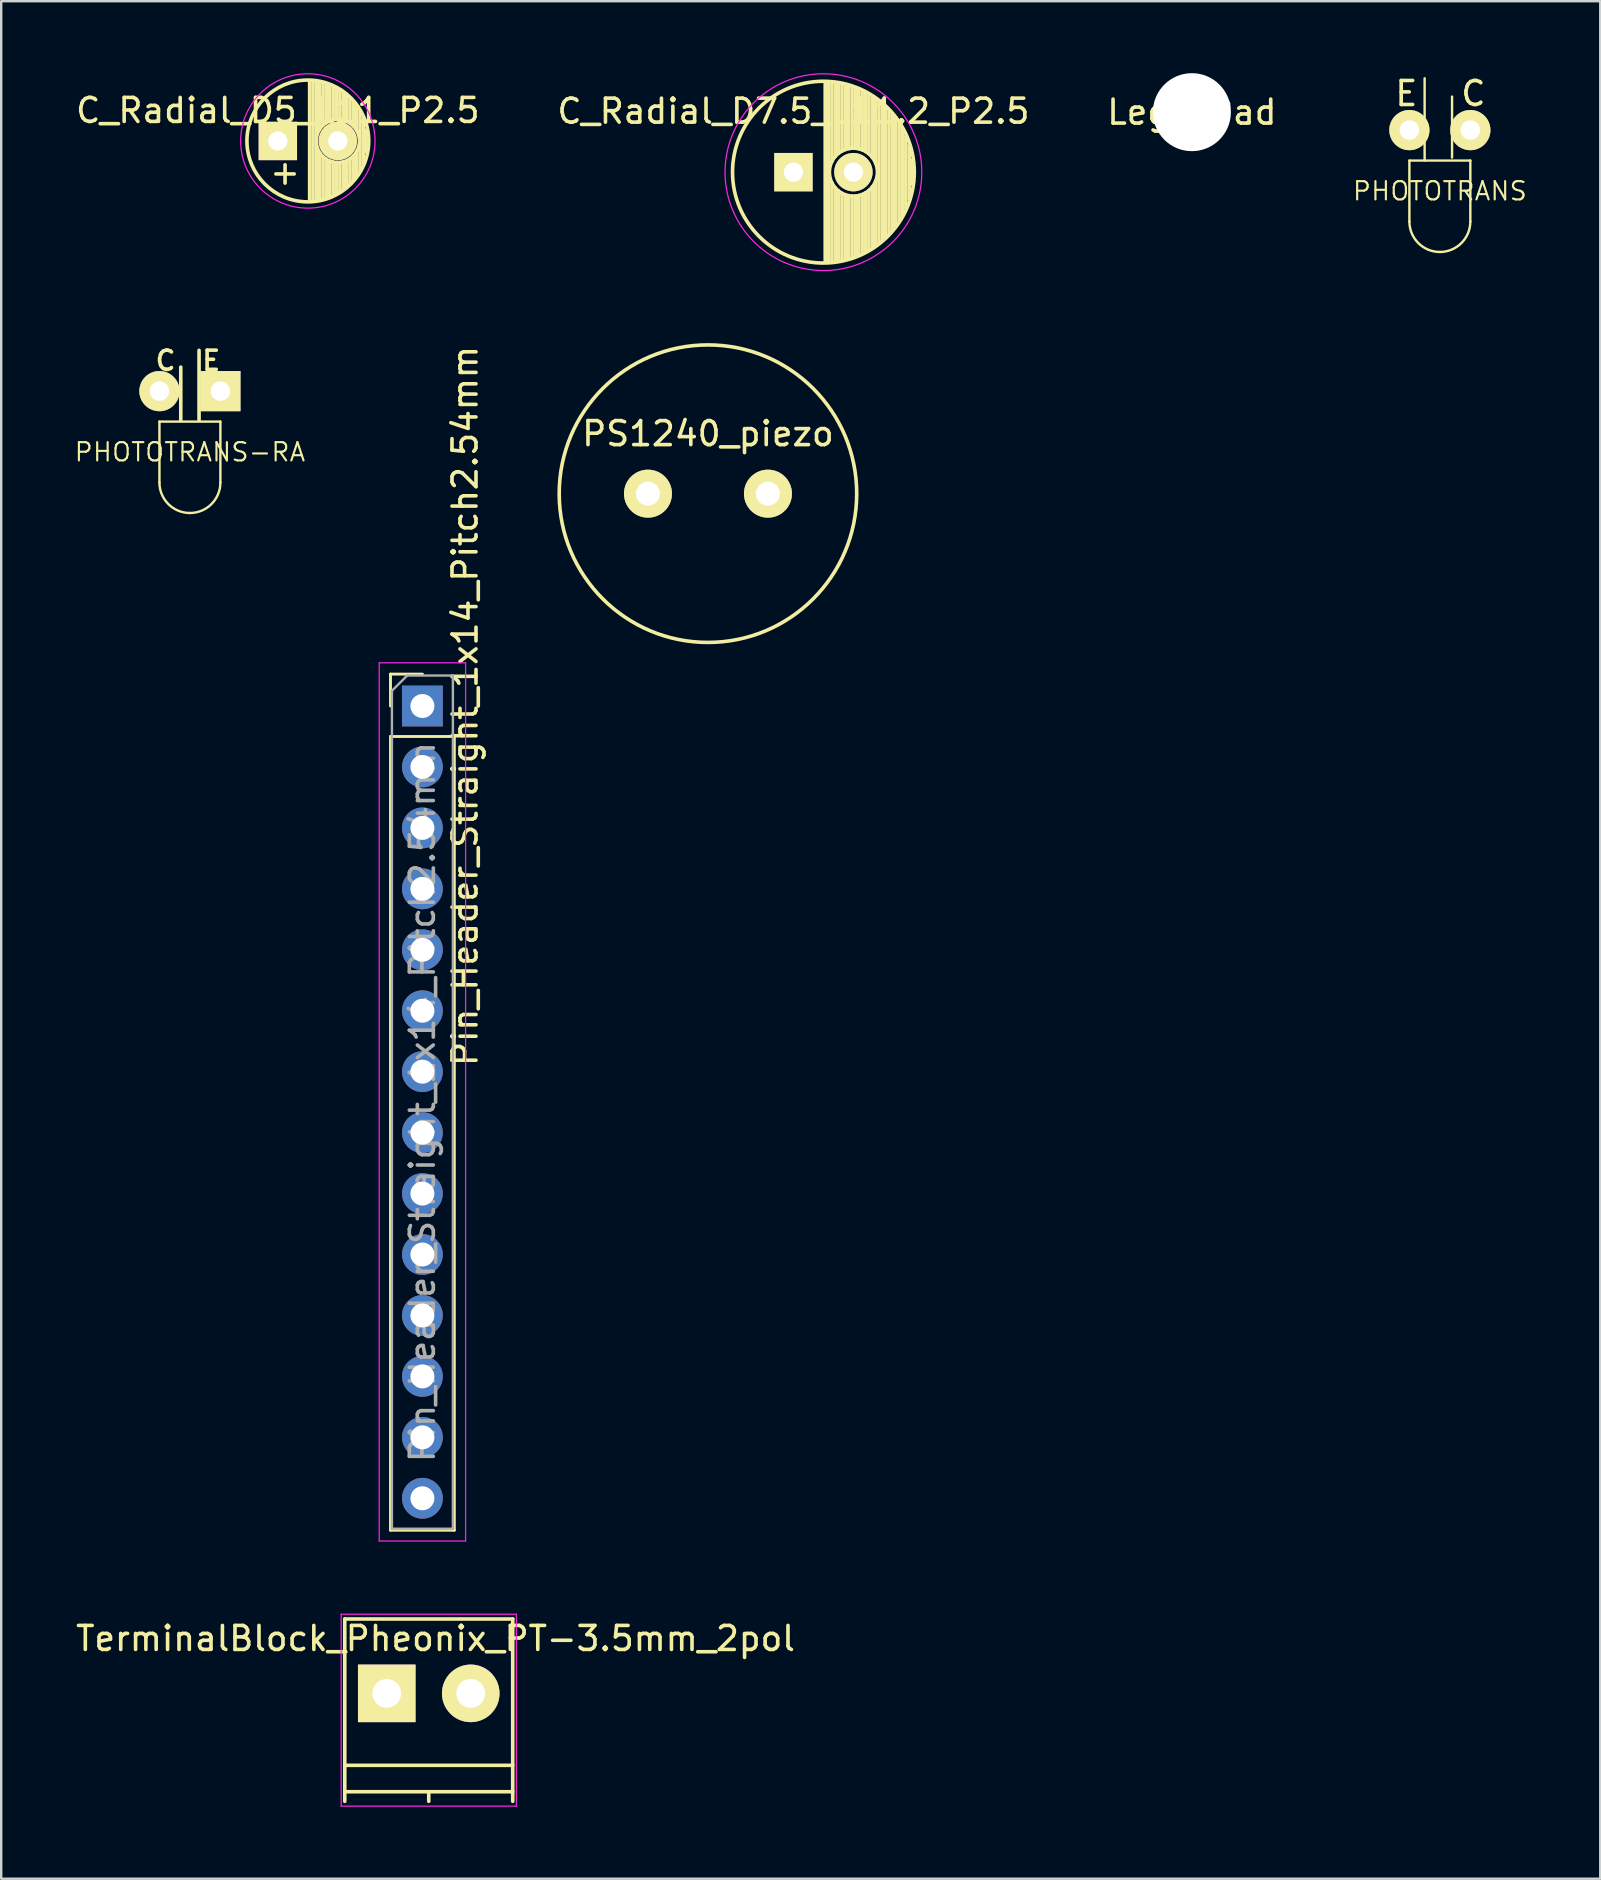
<source format=kicad_pcb>
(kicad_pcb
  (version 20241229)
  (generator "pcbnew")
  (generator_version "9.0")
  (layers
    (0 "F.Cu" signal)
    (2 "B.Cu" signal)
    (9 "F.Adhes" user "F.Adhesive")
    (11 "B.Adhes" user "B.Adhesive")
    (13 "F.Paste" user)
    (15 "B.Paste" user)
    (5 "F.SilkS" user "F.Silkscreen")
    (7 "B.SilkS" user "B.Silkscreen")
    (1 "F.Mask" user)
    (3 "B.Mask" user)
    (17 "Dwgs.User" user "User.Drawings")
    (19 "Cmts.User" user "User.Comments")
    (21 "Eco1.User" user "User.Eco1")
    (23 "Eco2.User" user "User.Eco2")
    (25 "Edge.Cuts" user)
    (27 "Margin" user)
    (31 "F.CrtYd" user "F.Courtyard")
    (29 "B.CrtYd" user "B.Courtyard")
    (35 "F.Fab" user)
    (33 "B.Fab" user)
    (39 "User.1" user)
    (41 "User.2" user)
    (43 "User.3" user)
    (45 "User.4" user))
  (footprint "PS1240_piezo"
    (layer "F.Cu")
    (at 26.456 17.525)
    (property "Reference" "PS1240_piezo" (at 0 -2.5 0) (layer "F.SilkS") (effects (font (size 1 1) (thickness 0.15))))
    (attr through_hole)
    (fp_circle (center 0 0) (end 6.2 0) (stroke (width 0.15) (type solid)) (fill no) (layer "F.SilkS"))
    (pad "1" thru_hole circle (at -2.5 0) (size 2 2) (drill 1.001) (layers "*.Cu" "*.Mask" "F.SilkS"))
    (pad "2" thru_hole circle (at 2.5 0) (size 2 2) (drill 1.001) (layers "*.Cu" "*.Mask" "F.SilkS")))
  (footprint "C_Radial_D5_L11_P2.5"
    (layer "F.Cu")
    (at 8.53 2.825)
    (property "Reference" "C_Radial_D5_L11_P2.5" (at 0 -1.27 0) (layer "F.SilkS") (effects (font (size 1 1) (thickness 0.15))))
    (attr through_hole)
    (fp_line (start 1.325 -2.499) (end 1.325 2.499) (stroke (width 0.15) (type solid)) (layer "F.SilkS"))
    (fp_line (start 1.465 -2.491) (end 1.465 2.491) (stroke (width 0.15) (type solid)) (layer "F.SilkS"))
    (fp_line (start 1.605 -2.475) (end 1.605 -0.095) (stroke (width 0.15) (type solid)) (layer "F.SilkS"))
    (fp_line (start 1.605 0.095) (end 1.605 2.475) (stroke (width 0.15) (type solid)) (layer "F.SilkS"))
    (fp_line (start 1.745 -2.451) (end 1.745 -0.49) (stroke (width 0.15) (type solid)) (layer "F.SilkS"))
    (fp_line (start 1.745 0.49) (end 1.745 2.451) (stroke (width 0.15) (type solid)) (layer "F.SilkS"))
    (fp_line (start 1.885 -2.418) (end 1.885 -0.657) (stroke (width 0.15) (type solid)) (layer "F.SilkS"))
    (fp_line (start 1.885 0.657) (end 1.885 2.418) (stroke (width 0.15) (type solid)) (layer "F.SilkS"))
    (fp_line (start 2.025 -2.377) (end 2.025 -0.764) (stroke (width 0.15) (type solid)) (layer "F.SilkS"))
    (fp_line (start 2.025 0.764) (end 2.025 2.377) (stroke (width 0.15) (type solid)) (layer "F.SilkS"))
    (fp_line (start 2.165 -2.327) (end 2.165 -0.835) (stroke (width 0.15) (type solid)) (layer "F.SilkS"))
    (fp_line (start 2.165 0.835) (end 2.165 2.327) (stroke (width 0.15) (type solid)) (layer "F.SilkS"))
    (fp_line (start 2.305 -2.266) (end 2.305 -0.879) (stroke (width 0.15) (type solid)) (layer "F.SilkS"))
    (fp_line (start 2.305 0.879) (end 2.305 2.266) (stroke (width 0.15) (type solid)) (layer "F.SilkS"))
    (fp_line (start 2.445 -2.196) (end 2.445 -0.898) (stroke (width 0.15) (type solid)) (layer "F.SilkS"))
    (fp_line (start 2.445 0.898) (end 2.445 2.196) (stroke (width 0.15) (type solid)) (layer "F.SilkS"))
    (fp_line (start 2.585 -2.114) (end 2.585 -0.896) (stroke (width 0.15) (type solid)) (layer "F.SilkS"))
    (fp_line (start 2.585 0.896) (end 2.585 2.114) (stroke (width 0.15) (type solid)) (layer "F.SilkS"))
    (fp_line (start 2.725 -2.019) (end 2.725 -0.871) (stroke (width 0.15) (type solid)) (layer "F.SilkS"))
    (fp_line (start 2.725 0.871) (end 2.725 2.019) (stroke (width 0.15) (type solid)) (layer "F.SilkS"))
    (fp_line (start 2.865 -1.908) (end 2.865 -0.823) (stroke (width 0.15) (type solid)) (layer "F.SilkS"))
    (fp_line (start 2.865 0.823) (end 2.865 1.908) (stroke (width 0.15) (type solid)) (layer "F.SilkS"))
    (fp_line (start 3.005 -1.78) (end 3.005 -0.745) (stroke (width 0.15) (type solid)) (layer "F.SilkS"))
    (fp_line (start 3.005 0.745) (end 3.005 1.78) (stroke (width 0.15) (type solid)) (layer "F.SilkS"))
    (fp_line (start 3.145 -1.631) (end 3.145 -0.628) (stroke (width 0.15) (type solid)) (layer "F.SilkS"))
    (fp_line (start 3.145 0.628) (end 3.145 1.631) (stroke (width 0.15) (type solid)) (layer "F.SilkS"))
    (fp_line (start 3.285 -1.452) (end 3.285 -0.44) (stroke (width 0.15) (type solid)) (layer "F.SilkS"))
    (fp_line (start 3.285 0.44) (end 3.285 1.452) (stroke (width 0.15) (type solid)) (layer "F.SilkS"))
    (fp_line (start 3.425 -1.233) (end 3.425 1.233) (stroke (width 0.15) (type solid)) (layer "F.SilkS"))
    (fp_line (start 3.565 -0.944) (end 3.565 0.944) (stroke (width 0.15) (type solid)) (layer "F.SilkS"))
    (fp_line (start 3.705 -0.472) (end 3.705 0.472) (stroke (width 0.15) (type solid)) (layer "F.SilkS"))
    (fp_circle (center 1.25 0) (end 1.25 -2.538) (stroke (width 0.15) (type solid)) (fill no) (layer "F.SilkS"))
    (fp_circle (center 2.5 0) (end 2.5 -0.9) (stroke (width 0.15) (type solid)) (fill no) (layer "F.SilkS"))
    (fp_circle (center 1.25 0) (end 1.25 -2.8) (stroke (width 0.05) (type solid)) (fill no) (layer "F.CrtYd"))
    (fp_text user "+" (at 0.3 1.3 0) (layer "F.SilkS") (effects (font (size 1 1) (thickness 0.15))))
    (pad "1" thru_hole rect (at 0 0) (size 1.6 1.6) (drill 0.8) (layers "*.Cu" "*.Mask" "F.SilkS"))
    (pad "2" thru_hole circle (at 2.5 0) (size 1.6 1.6) (drill 0.8) (layers "*.Cu" "*.Mask" "F.SilkS")))
  (footprint "Pin_Header_Straight_1x14_Pitch2.54mm"
    (layer "F.Cu")
    (at 14.555 26.375)
    (property "Reference" "Pin_Header_Straight_1x14_Pitch2.54mm" (at 1.778 0 90) (layer "F.SilkS") (effects (font (size 1 1) (thickness 0.15))))
    (attr through_hole)
    (fp_line (start -1.33 -1.33) (end 0 -1.33) (stroke (width 0.12) (type solid)) (layer "F.SilkS"))
    (fp_line (start -1.33 0) (end -1.33 -1.33) (stroke (width 0.12) (type solid)) (layer "F.SilkS"))
    (fp_line (start -1.33 1.27) (end -1.33 34.35) (stroke (width 0.12) (type solid)) (layer "F.SilkS"))
    (fp_line (start -1.33 1.27) (end 1.33 1.27) (stroke (width 0.12) (type solid)) (layer "F.SilkS"))
    (fp_line (start -1.33 34.35) (end 1.33 34.35) (stroke (width 0.12) (type solid)) (layer "F.SilkS"))
    (fp_line (start 1.33 1.27) (end 1.33 34.35) (stroke (width 0.12) (type solid)) (layer "F.SilkS"))
    (fp_line (start -1.8 -1.8) (end -1.8 34.8) (stroke (width 0.05) (type solid)) (layer "F.CrtYd"))
    (fp_line (start -1.8 34.8) (end 1.8 34.8) (stroke (width 0.05) (type solid)) (layer "F.CrtYd"))
    (fp_line (start 1.8 -1.8) (end -1.8 -1.8) (stroke (width 0.05) (type solid)) (layer "F.CrtYd"))
    (fp_line (start 1.8 34.8) (end 1.8 -1.8) (stroke (width 0.05) (type solid)) (layer "F.CrtYd"))
    (fp_line (start -1.27 -0.635) (end -0.635 -1.27) (stroke (width 0.1) (type solid)) (layer "F.Fab"))
    (fp_line (start -1.27 34.29) (end -1.27 -0.635) (stroke (width 0.1) (type solid)) (layer "F.Fab"))
    (fp_line (start -0.635 -1.27) (end 1.27 -1.27) (stroke (width 0.1) (type solid)) (layer "F.Fab"))
    (fp_line (start 1.27 -1.27) (end 1.27 34.29) (stroke (width 0.1) (type solid)) (layer "F.Fab"))
    (fp_line (start 1.27 34.29) (end -1.27 34.29) (stroke (width 0.1) (type solid)) (layer "F.Fab"))
    (fp_text user "${REFERENCE}" (at 0 16.51 90) (layer "F.Fab") (effects (font (size 1 1) (thickness 0.15))))
    (pad "1" thru_hole rect (at 0 0) (size 1.7 1.7) (drill 1) (layers "*.Cu" "*.Mask"))
    (pad "2" thru_hole oval (at 0 2.54) (size 1.7 1.7) (drill 1) (layers "*.Cu" "*.Mask"))
    (pad "3" thru_hole oval (at 0 5.08) (size 1.7 1.7) (drill 1) (layers "*.Cu" "*.Mask"))
    (pad "4" thru_hole oval (at 0 7.62) (size 1.7 1.7) (drill 1) (layers "*.Cu" "*.Mask"))
    (pad "5" thru_hole oval (at 0 10.16) (size 1.7 1.7) (drill 1) (layers "*.Cu" "*.Mask"))
    (pad "6" thru_hole oval (at 0 12.7) (size 1.7 1.7) (drill 1) (layers "*.Cu" "*.Mask"))
    (pad "7" thru_hole oval (at 0 15.24) (size 1.7 1.7) (drill 1) (layers "*.Cu" "*.Mask"))
    (pad "8" thru_hole oval (at 0 17.78) (size 1.7 1.7) (drill 1) (layers "*.Cu" "*.Mask"))
    (pad "9" thru_hole oval (at 0 20.32) (size 1.7 1.7) (drill 1) (layers "*.Cu" "*.Mask"))
    (pad "10" thru_hole oval (at 0 22.86) (size 1.7 1.7) (drill 1) (layers "*.Cu" "*.Mask"))
    (pad "11" thru_hole oval (at 0 25.4) (size 1.7 1.7) (drill 1) (layers "*.Cu" "*.Mask"))
    (pad "12" thru_hole oval (at 0 27.94) (size 1.7 1.7) (drill 1) (layers "*.Cu" "*.Mask"))
    (pad "13" thru_hole oval (at 0 30.48) (size 1.7 1.7) (drill 1) (layers "*.Cu" "*.Mask"))
    (pad "14" thru_hole oval (at 0 33.02) (size 1.7 1.7) (drill 1) (layers "*.Cu" "*.Mask")))
  (footprint "C_Radial_D7.5_L11.2_P2.5"
    (layer "F.Cu")
    (at 30.018 4.125)
    (property "Reference" "C_Radial_D7.5_L11.2_P2.5" (at 0 -2.54 0) (layer "F.SilkS") (effects (font (size 1 1) (thickness 0.15))))
    (attr through_hole)
    (fp_line (start 1.325 -3.749) (end 1.325 3.749) (stroke (width 0.15) (type solid)) (layer "F.SilkS"))
    (fp_line (start 1.465 -3.744) (end 1.465 3.744) (stroke (width 0.15) (type solid)) (layer "F.SilkS"))
    (fp_line (start 1.605 -3.733) (end 1.605 -0.446) (stroke (width 0.15) (type solid)) (layer "F.SilkS"))
    (fp_line (start 1.605 0.446) (end 1.605 3.733) (stroke (width 0.15) (type solid)) (layer "F.SilkS"))
    (fp_line (start 1.745 -3.717) (end 1.745 -0.656) (stroke (width 0.15) (type solid)) (layer "F.SilkS"))
    (fp_line (start 1.745 0.656) (end 1.745 3.717) (stroke (width 0.15) (type solid)) (layer "F.SilkS"))
    (fp_line (start 1.885 -3.696) (end 1.885 -0.789) (stroke (width 0.15) (type solid)) (layer "F.SilkS"))
    (fp_line (start 1.885 0.789) (end 1.885 3.696) (stroke (width 0.15) (type solid)) (layer "F.SilkS"))
    (fp_line (start 2.025 -3.669) (end 2.025 -0.88) (stroke (width 0.15) (type solid)) (layer "F.SilkS"))
    (fp_line (start 2.025 0.88) (end 2.025 3.669) (stroke (width 0.15) (type solid)) (layer "F.SilkS"))
    (fp_line (start 2.165 -3.637) (end 2.165 -0.942) (stroke (width 0.15) (type solid)) (layer "F.SilkS"))
    (fp_line (start 2.165 0.942) (end 2.165 3.637) (stroke (width 0.15) (type solid)) (layer "F.SilkS"))
    (fp_line (start 2.305 -3.599) (end 2.305 -0.981) (stroke (width 0.15) (type solid)) (layer "F.SilkS"))
    (fp_line (start 2.305 0.981) (end 2.305 3.599) (stroke (width 0.15) (type solid)) (layer "F.SilkS"))
    (fp_line (start 2.445 -3.555) (end 2.445 -0.998) (stroke (width 0.15) (type solid)) (layer "F.SilkS"))
    (fp_line (start 2.445 0.998) (end 2.445 3.555) (stroke (width 0.15) (type solid)) (layer "F.SilkS"))
    (fp_line (start 2.585 -3.504) (end 2.585 -0.996) (stroke (width 0.15) (type solid)) (layer "F.SilkS"))
    (fp_line (start 2.585 0.996) (end 2.585 3.504) (stroke (width 0.15) (type solid)) (layer "F.SilkS"))
    (fp_line (start 2.725 -3.448) (end 2.725 -0.974) (stroke (width 0.15) (type solid)) (layer "F.SilkS"))
    (fp_line (start 2.725 0.974) (end 2.725 3.448) (stroke (width 0.15) (type solid)) (layer "F.SilkS"))
    (fp_line (start 2.865 -3.384) (end 2.865 -0.931) (stroke (width 0.15) (type solid)) (layer "F.SilkS"))
    (fp_line (start 2.865 0.931) (end 2.865 3.384) (stroke (width 0.15) (type solid)) (layer "F.SilkS"))
    (fp_line (start 3.005 -3.314) (end 3.005 -0.863) (stroke (width 0.15) (type solid)) (layer "F.SilkS"))
    (fp_line (start 3.005 0.863) (end 3.005 3.314) (stroke (width 0.15) (type solid)) (layer "F.SilkS"))
    (fp_line (start 3.145 -3.236) (end 3.145 -0.764) (stroke (width 0.15) (type solid)) (layer "F.SilkS"))
    (fp_line (start 3.145 0.764) (end 3.145 3.236) (stroke (width 0.15) (type solid)) (layer "F.SilkS"))
    (fp_line (start 3.285 -3.15) (end 3.285 -0.619) (stroke (width 0.15) (type solid)) (layer "F.SilkS"))
    (fp_line (start 3.285 0.619) (end 3.285 3.15) (stroke (width 0.15) (type solid)) (layer "F.SilkS"))
    (fp_line (start 3.425 -3.055) (end 3.425 -0.38) (stroke (width 0.15) (type solid)) (layer "F.SilkS"))
    (fp_line (start 3.425 0.38) (end 3.425 3.055) (stroke (width 0.15) (type solid)) (layer "F.SilkS"))
    (fp_line (start 3.565 -2.95) (end 3.565 2.95) (stroke (width 0.15) (type solid)) (layer "F.SilkS"))
    (fp_line (start 3.705 -2.835) (end 3.705 2.835) (stroke (width 0.15) (type solid)) (layer "F.SilkS"))
    (fp_line (start 3.845 -2.707) (end 3.845 2.707) (stroke (width 0.15) (type solid)) (layer "F.SilkS"))
    (fp_line (start 3.985 -2.566) (end 3.985 2.566) (stroke (width 0.15) (type solid)) (layer "F.SilkS"))
    (fp_line (start 4.125 -2.408) (end 4.125 2.408) (stroke (width 0.15) (type solid)) (layer "F.SilkS"))
    (fp_line (start 4.265 -2.23) (end 4.265 2.23) (stroke (width 0.15) (type solid)) (layer "F.SilkS"))
    (fp_line (start 4.405 -2.027) (end 4.405 2.027) (stroke (width 0.15) (type solid)) (layer "F.SilkS"))
    (fp_line (start 4.545 -1.79) (end 4.545 1.79) (stroke (width 0.15) (type solid)) (layer "F.SilkS"))
    (fp_line (start 4.685 -1.504) (end 4.685 1.504) (stroke (width 0.15) (type solid)) (layer "F.SilkS"))
    (fp_line (start 4.825 -1.132) (end 4.825 1.132) (stroke (width 0.15) (type solid)) (layer "F.SilkS"))
    (fp_line (start 4.965 -0.511) (end 4.965 0.511) (stroke (width 0.15) (type solid)) (layer "F.SilkS"))
    (fp_circle (center 1.25 0) (end 1.25 -3.788) (stroke (width 0.15) (type solid)) (fill no) (layer "F.SilkS"))
    (fp_circle (center 2.5 0) (end 2.5 -1) (stroke (width 0.15) (type solid)) (fill no) (layer "F.SilkS"))
    (fp_circle (center 1.25 0) (end 1.25 -4.1) (stroke (width 0.05) (type solid)) (fill no) (layer "F.CrtYd"))
    (pad "1" thru_hole rect (at 0 0) (size 1.6 1.6) (drill 0.8) (layers "*.Cu" "*.Mask" "F.SilkS"))
    (pad "2" thru_hole circle (at 2.5 0) (size 1.6 1.6) (drill 0.8) (layers "*.Cu" "*.Mask" "F.SilkS")))
  (footprint "TerminalBlock_Pheonix_PT-3.5mm_2pol"
    (layer "F.Cu")
    (at 13.069 67.525)
    (property "Reference" "TerminalBlock_Pheonix_PT-3.5mm_2pol" (at 2.032 -2.286 0) (layer "F.SilkS") (effects (font (size 1 1) (thickness 0.15))))
    (attr through_hole)
    (fp_line (start -1.75 -3.1) (end -1.75 4.5) (stroke (width 0.15) (type solid)) (layer "F.SilkS"))
    (fp_line (start -1.75 3) (end 5.25 3) (stroke (width 0.15) (type solid)) (layer "F.SilkS"))
    (fp_line (start -1.75 4.1) (end 5.25 4.1) (stroke (width 0.15) (type solid)) (layer "F.SilkS"))
    (fp_line (start 1.75 4.1) (end 1.75 4.5) (stroke (width 0.15) (type solid)) (layer "F.SilkS"))
    (fp_line (start 5.25 -3.1) (end -1.75 -3.1) (stroke (width 0.15) (type solid)) (layer "F.SilkS"))
    (fp_line (start 5.25 4.5) (end 5.25 -3.1) (stroke (width 0.15) (type solid)) (layer "F.SilkS"))
    (fp_line (start -1.9 -3.3) (end 5.4 -3.3) (stroke (width 0.05) (type solid)) (layer "F.CrtYd"))
    (fp_line (start -1.9 4.7) (end -1.9 -3.3) (stroke (width 0.05) (type solid)) (layer "F.CrtYd"))
    (fp_line (start 5.4 -3.3) (end 5.4 4.7) (stroke (width 0.05) (type solid)) (layer "F.CrtYd"))
    (fp_line (start 5.4 4.7) (end -1.9 4.7) (stroke (width 0.05) (type solid)) (layer "F.CrtYd"))
    (pad "1" thru_hole rect (at 0 0) (size 2.4 2.4) (drill 1.2) (layers "*.Cu" "*.Mask" "F.SilkS"))
    (pad "2" thru_hole circle (at 3.5 0) (size 2.4 2.4) (drill 1.2) (layers "*.Cu" "*.Mask" "F.SilkS")))
  (footprint "PHOTOTRANS-RA"
    (layer "F.Cu")
    (at 4.865 13.251)
    (property "Reference" "PHOTOTRANS-RA" (at 0 2.54 180) (layer "F.SilkS") (effects (font (size 0.762 0.762) (thickness 0.089))))
    (attr through_hole)
    (fp_line (start -1.27 1.27) (end -1.27 3.81) (stroke (width 0.1) (type solid)) (layer "F.SilkS"))
    (fp_line (start -0.381 1.2) (end -0.381 -1) (stroke (width 0.15) (type solid)) (layer "F.SilkS"))
    (fp_line (start 0.381 1.2) (end 0.381 -1.7) (stroke (width 0.15) (type solid)) (layer "F.SilkS"))
    (fp_line (start 1.27 1.27) (end -1.27 1.27) (stroke (width 0.1) (type solid)) (layer "F.SilkS"))
    (fp_line (start 1.27 3.81) (end 1.27 1.27) (stroke (width 0.1) (type solid)) (layer "F.SilkS"))
    (fp_arc (start 0 5.08) (mid -0.898026 4.708026) (end -1.27 3.81) (stroke (width 0.1) (type solid)) (layer "F.SilkS"))
    (fp_arc (start 1.27 3.81) (mid 0.898026 4.708026) (end 0 5.08) (stroke (width 0.1) (type solid)) (layer "F.SilkS"))
    (fp_text user "E" (at 0.889 -1.27 0) (layer "F.SilkS") (effects (font (size 0.8 0.8) (thickness 0.15))))
    (fp_text user "C" (at -1.016 -1.27 0) (layer "F.SilkS") (effects (font (size 0.8 0.8) (thickness 0.15))))
    (pad "1" thru_hole rect (at 1.27 0) (size 1.676 1.676) (drill 0.813) (layers "*.Cu" "*.Mask" "F.SilkS"))
    (pad "3" thru_hole circle (at -1.27 0) (size 1.676 1.676) (drill 0.813) (layers "*.Cu" "*.Mask" "F.SilkS")))
  (footprint "Lego_Pad"
    (layer "F.Cu")
    (at 46.625 1.625)
    (property "Reference" "Lego_Pad" (at 0 0 0) (layer "F.SilkS") (effects (font (size 1 1) (thickness 0.15))))
    (attr through_hole)
    (pad "" np_thru_hole circle (at 0 0) (size 3.25 3.25) (drill 3.25) (layers "*.Cu" "*.Mask")))
  (footprint "PHOTOTRANS"
    (layer "F.Cu")
    (at 56.96 2.372)
    (property "Reference" "PHOTOTRANS" (at 0 2.54 180) (layer "F.SilkS") (effects (font (size 0.762 0.762) (thickness 0.089))))
    (attr through_hole)
    (fp_line (start -1.27 1.27) (end -1.27 3.81) (stroke (width 0.1) (type solid)) (layer "F.SilkS"))
    (fp_line (start -0.635 1.27) (end -0.635 -2.159) (stroke (width 0.1) (type solid)) (layer "F.SilkS"))
    (fp_line (start 0.508 1.143) (end 0.508 -1.397) (stroke (width 0.1) (type solid)) (layer "F.SilkS"))
    (fp_line (start 1.27 1.27) (end -1.27 1.27) (stroke (width 0.1) (type solid)) (layer "F.SilkS"))
    (fp_line (start 1.27 3.81) (end 1.27 1.27) (stroke (width 0.1) (type solid)) (layer "F.SilkS"))
    (fp_arc (start 0 5.08) (mid -0.898026 4.708026) (end -1.27 3.81) (stroke (width 0.1) (type solid)) (layer "F.SilkS"))
    (fp_arc (start 1.27 3.81) (mid 0.898026 4.708026) (end 0 5.08) (stroke (width 0.1) (type solid)) (layer "F.SilkS"))
    (fp_text user "E" (at -1.397 -1.524 0) (layer "F.SilkS") (effects (font (size 1 1) (thickness 0.15))))
    (fp_text user "C" (at 1.397 -1.524 0) (layer "F.SilkS") (effects (font (size 1 1) (thickness 0.15))))
    (pad "1" thru_hole circle (at -1.27 0) (size 1.676 1.676) (drill 0.813) (layers "*.Cu" "*.Mask" "F.SilkS"))
    (pad "3" thru_hole circle (at 1.27 0 45) (size 1.676 1.676) (drill 0.813) (layers "*.Cu" "*.Mask" "F.SilkS")))
  (gr_rect
    (start -3 -3)
    (end 63.645 75.25)
    (stroke (width 0.1) (type default))
    (fill no)
    (layer "Edge.Cuts")))
</source>
